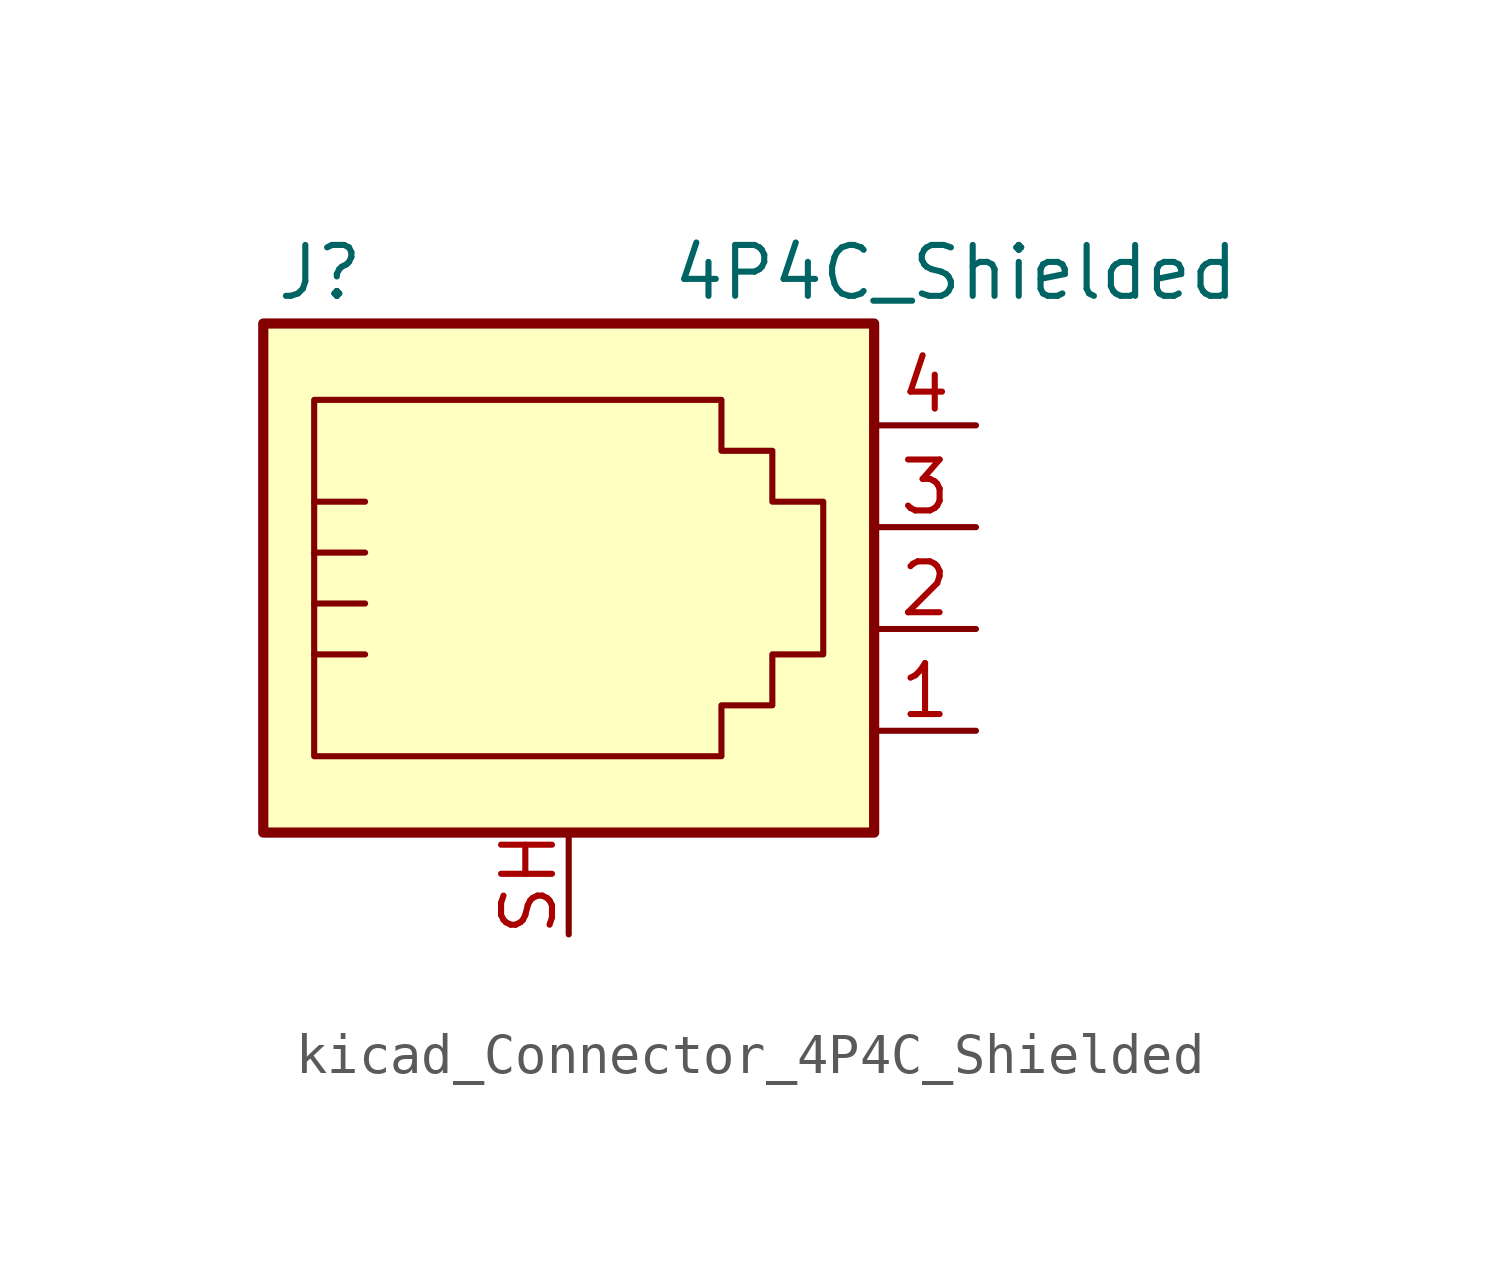
<source format=kicad_sym>
(kicad_symbol_lib
  (version 20220914)
  (generator kicad_symbol_editor)
  (symbol "kicad_Connector_4P4C_Shielded"
    (pin_names
      (offset 1.016))
    (property "Reference" "J"
      (at -5.08 8.89 0)
      (effects (font (size 1.27 1.27)) (justify right)))
    (property "Value" "4P4C_Shielded"
      (at 2.54 8.89 0)
      (effects (font (size 1.27 1.27)) (justify left)))
    (symbol "kicad_Connector_4P4C_Shielded_0_1"
      (polyline (pts (xy -6.35 -0.635) (xy -5.08 -0.635) (xy -5.08 -0.635)) (stroke (width 0) (type default)) (fill (type none)))
      (polyline (pts (xy -6.35 0.635) (xy -5.08 0.635) (xy -5.08 0.635)) (stroke (width 0) (type default)) (fill (type none)))
      (polyline (pts (xy -6.35 1.905) (xy -5.08 1.905) (xy -5.08 1.905)) (stroke (width 0) (type default)) (fill (type none)))
      (polyline (pts (xy -6.35 3.175) (xy -5.08 3.175) (xy -5.08 3.175)) (stroke (width 0) (type default)) (fill (type none)))
      (polyline (pts (xy -6.35 -3.175) (xy -6.35 5.715) (xy -1.27 5.715) (xy 3.81 5.715) (xy 3.81 4.445) (xy 5.08 4.445) (xy 5.08 3.175) (xy 6.35 3.175) (xy 6.35 -0.635) (xy 5.08 -0.635) (xy 5.08 -1.905) (xy 3.81 -1.905) (xy 3.81 -3.175) (xy -6.35 -3.175) (xy -6.35 -3.175)) (stroke (width 0) (type default)) (fill (type none)))
      (rectangle (start 7.62 7.62) (end -7.62 -5.08) (stroke (width 0.254) (type default)) (fill (type background))))
    (symbol "kicad_Connector_4P4C_Shielded_1_1"
      (pin passive line (at 10.16 -2.54 180) (length 2.54) (name "~" (effects (font (size 1.27 1.27)))) (number "1" (effects (font (size 1.27 1.27)))))
      (pin passive line (at 10.16 0 180) (length 2.54) (name "~" (effects (font (size 1.27 1.27)))) (number "2" (effects (font (size 1.27 1.27)))))
      (pin passive line (at 10.16 2.54 180) (length 2.54) (name "~" (effects (font (size 1.27 1.27)))) (number "3" (effects (font (size 1.27 1.27)))))
      (pin passive line (at 10.16 5.08 180) (length 2.54) (name "~" (effects (font (size 1.27 1.27)))) (number "4" (effects (font (size 1.27 1.27)))))
      (pin passive line (at 0 -7.62 90) (length 2.54) (name "~" (effects (font (size 1.27 1.27)))) (number "SH" (effects (font (size 1.27 1.27))))))))
</source>
